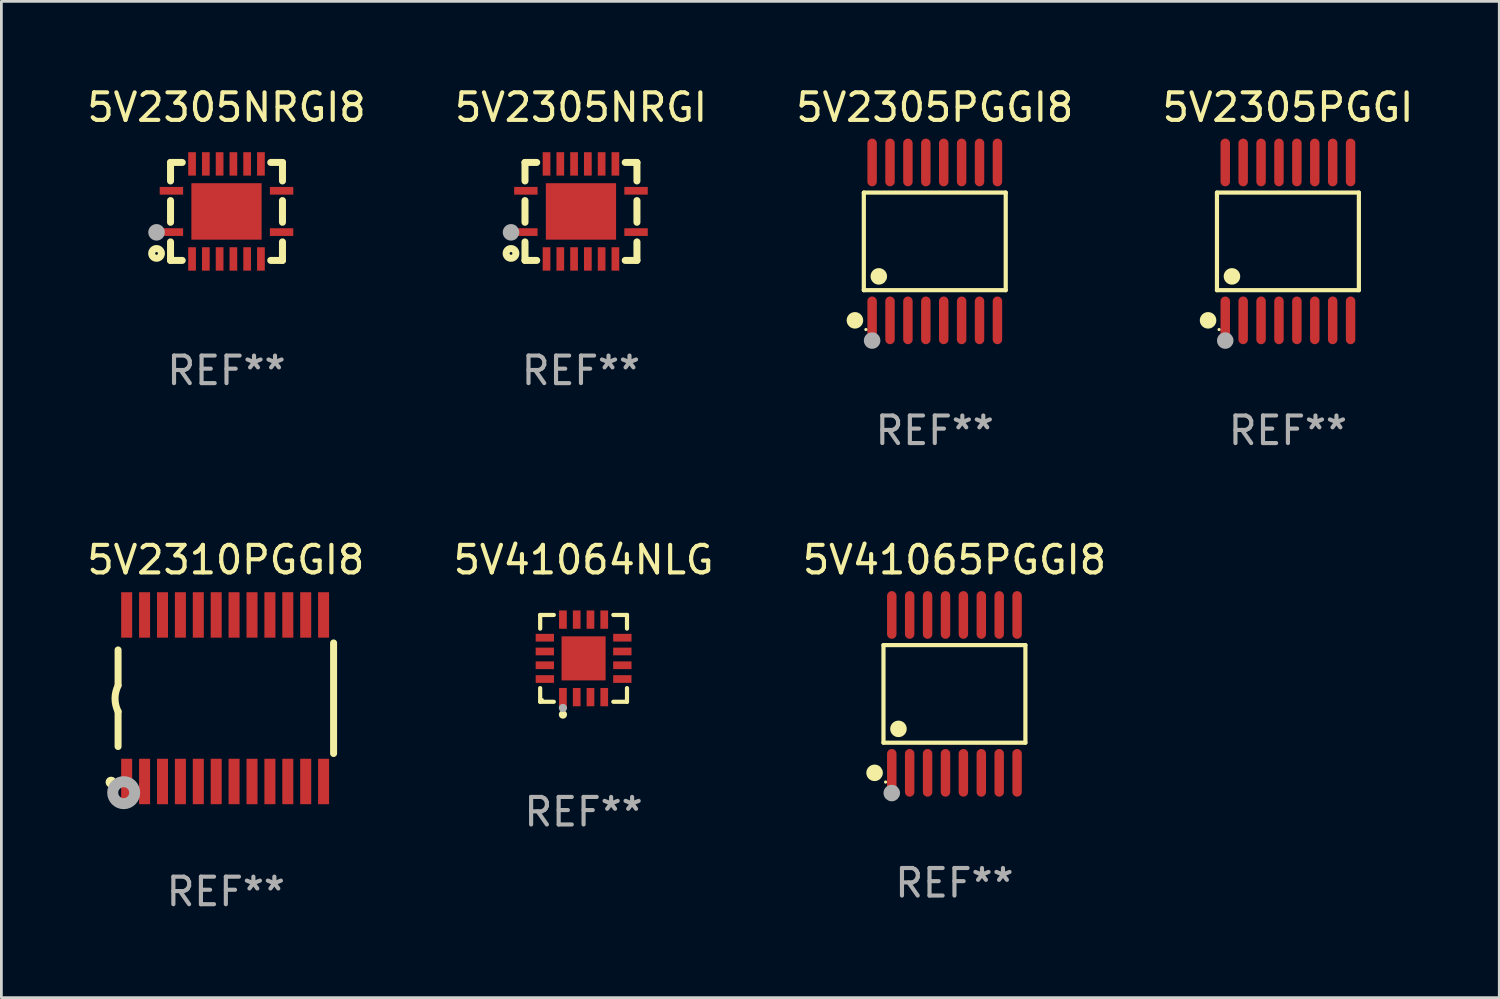
<source format=kicad_pcb>
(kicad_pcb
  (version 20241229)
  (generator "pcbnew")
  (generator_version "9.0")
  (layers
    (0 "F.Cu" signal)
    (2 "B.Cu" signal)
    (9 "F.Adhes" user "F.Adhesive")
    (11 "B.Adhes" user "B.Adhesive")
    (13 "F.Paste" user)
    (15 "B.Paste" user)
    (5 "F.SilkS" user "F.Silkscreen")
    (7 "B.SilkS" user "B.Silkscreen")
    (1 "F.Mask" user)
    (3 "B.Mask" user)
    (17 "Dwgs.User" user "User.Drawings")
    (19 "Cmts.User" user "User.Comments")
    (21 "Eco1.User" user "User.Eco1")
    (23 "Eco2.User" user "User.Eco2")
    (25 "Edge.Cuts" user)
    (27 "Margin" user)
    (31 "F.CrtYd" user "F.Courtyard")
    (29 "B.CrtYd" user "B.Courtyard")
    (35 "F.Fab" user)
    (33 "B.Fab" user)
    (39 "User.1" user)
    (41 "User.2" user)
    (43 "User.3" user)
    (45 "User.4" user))
  (footprint "5V2305PGGI8"
    (layer "F.Cu")
    (at 30.887 5.714)
    (property "Reference" "5V2305PGGI8" (at 0 -4.866 0) (layer "F.SilkS") (effects (font (size 1 1) (thickness 0.15))))
    (attr through_hole)
    (fp_line (start -2.576 -1.772) (end 2.576 -1.772) (stroke (width 0.152) (type solid)) (layer "F.SilkS"))
    (fp_line (start -2.576 1.771) (end -2.576 -1.772) (stroke (width 0.152) (type solid)) (layer "F.SilkS"))
    (fp_line (start 2.576 -1.772) (end 2.576 1.771) (stroke (width 0.152) (type solid)) (layer "F.SilkS"))
    (fp_line (start 2.576 1.771) (end -2.576 1.771) (stroke (width 0.152) (type solid)) (layer "F.SilkS"))
    (fp_circle (center -2.899 2.866) (end -2.749 2.866) (stroke (width 0.3) (type solid)) (fill no) (layer "F.SilkS"))
    (fp_circle (center -2.5 3.2) (end -2.47 3.2) (stroke (width 0.06) (type solid)) (fill no) (layer "F.SilkS"))
    (fp_circle (center -2.032 1.27) (end -1.882 1.27) (stroke (width 0.3) (type solid)) (fill no) (layer "F.SilkS"))
    (fp_circle (center -2.275 3.6) (end -2.125 3.6) (stroke (width 0.3) (type solid)) (fill no) (layer "F.Fab"))
    (fp_text user "REF**" (at 0 6.866 0) (layer "F.Fab") (effects (font (size 1 1) (thickness 0.15))))
    (pad "1" smd oval (at -2.275 2.866) (size 0.343 1.731) (layers "F.Cu" "F.Mask" "F.Paste"))
    (pad "2" smd oval (at -1.625 2.866) (size 0.343 1.731) (layers "F.Cu" "F.Mask" "F.Paste"))
    (pad "3" smd oval (at -0.975 2.866) (size 0.343 1.731) (layers "F.Cu" "F.Mask" "F.Paste"))
    (pad "4" smd oval (at -0.325 2.866) (size 0.343 1.731) (layers "F.Cu" "F.Mask" "F.Paste"))
    (pad "5" smd oval (at 0.325 2.866) (size 0.343 1.731) (layers "F.Cu" "F.Mask" "F.Paste"))
    (pad "6" smd oval (at 0.975 2.866) (size 0.343 1.731) (layers "F.Cu" "F.Mask" "F.Paste"))
    (pad "7" smd oval (at 1.625 2.866) (size 0.343 1.731) (layers "F.Cu" "F.Mask" "F.Paste"))
    (pad "8" smd oval (at 2.275 2.866) (size 0.343 1.731) (layers "F.Cu" "F.Mask" "F.Paste"))
    (pad "9" smd oval (at 2.275 -2.866) (size 0.343 1.731) (layers "F.Cu" "F.Mask" "F.Paste"))
    (pad "10" smd oval (at 1.625 -2.866) (size 0.343 1.731) (layers "F.Cu" "F.Mask" "F.Paste"))
    (pad "11" smd oval (at 0.975 -2.866) (size 0.343 1.731) (layers "F.Cu" "F.Mask" "F.Paste"))
    (pad "12" smd oval (at 0.325 -2.866) (size 0.343 1.731) (layers "F.Cu" "F.Mask" "F.Paste"))
    (pad "13" smd oval (at -0.325 -2.866) (size 0.343 1.731) (layers "F.Cu" "F.Mask" "F.Paste"))
    (pad "14" smd oval (at -0.975 -2.866) (size 0.343 1.731) (layers "F.Cu" "F.Mask" "F.Paste"))
    (pad "15" smd oval (at -1.625 -2.866) (size 0.343 1.731) (layers "F.Cu" "F.Mask" "F.Paste"))
    (pad "16" smd oval (at -2.275 -2.866) (size 0.343 1.731) (layers "F.Cu" "F.Mask" "F.Paste")))
  (footprint "5V2305NRGI"
    (layer "F.Cu")
    (at 18.042 4.626)
    (property "Reference" "5V2305NRGI" (at 0 -3.778 0) (layer "F.SilkS") (effects (font (size 1 1) (thickness 0.15))))
    (attr through_hole)
    (fp_line (start -2.032 -1.778) (end -2.032 -1.106) (stroke (width 0.254) (type solid)) (layer "F.SilkS"))
    (fp_line (start -2.032 -0.394) (end -2.032 0.394) (stroke (width 0.254) (type solid)) (layer "F.SilkS"))
    (fp_line (start -2.032 1.106) (end -2.032 1.778) (stroke (width 0.254) (type solid)) (layer "F.SilkS"))
    (fp_line (start -2.032 1.778) (end -1.606 1.778) (stroke (width 0.254) (type solid)) (layer "F.SilkS"))
    (fp_line (start -1.606 -1.778) (end -2.032 -1.778) (stroke (width 0.254) (type solid)) (layer "F.SilkS"))
    (fp_line (start 1.606 1.778) (end 2.032 1.778) (stroke (width 0.254) (type solid)) (layer "F.SilkS"))
    (fp_line (start 2.032 -1.778) (end 1.606 -1.778) (stroke (width 0.254) (type solid)) (layer "F.SilkS"))
    (fp_line (start 2.032 -1.106) (end 2.032 -1.778) (stroke (width 0.254) (type solid)) (layer "F.SilkS"))
    (fp_line (start 2.032 0.394) (end 2.032 -0.394) (stroke (width 0.254) (type solid)) (layer "F.SilkS"))
    (fp_line (start 2.032 1.778) (end 2.032 1.106) (stroke (width 0.254) (type solid)) (layer "F.SilkS"))
    (fp_circle (center -2.54 1.524) (end -2.363 1.524) (stroke (width 0.254) (type solid)) (fill no) (layer "F.SilkS"))
    (fp_circle (center -2.002 1.753) (end -1.972 1.753) (stroke (width 0.06) (type solid)) (fill no) (layer "F.SilkS"))
    (fp_circle (center -2.54 0.759) (end -2.39 0.759) (stroke (width 0.3) (type solid)) (fill no) (layer "F.Fab"))
    (fp_text user "REF**" (at 0 5.778 0) (layer "F.Fab") (effects (font (size 1 1) (thickness 0.15))))
    (pad "1" smd rect (at -2 0.75 90) (size 0.28 0.85) (layers "F.Cu" "F.Mask" "F.Paste"))
    (pad "2" smd rect (at -1.25 1.725 180) (size 0.28 0.85) (layers "F.Cu" "F.Mask" "F.Paste"))
    (pad "3" smd rect (at -0.75 1.725 180) (size 0.28 0.85) (layers "F.Cu" "F.Mask" "F.Paste"))
    (pad "4" smd rect (at -0.25 1.725 180) (size 0.28 0.85) (layers "F.Cu" "F.Mask" "F.Paste"))
    (pad "5" smd rect (at 0.25 1.725 180) (size 0.28 0.85) (layers "F.Cu" "F.Mask" "F.Paste"))
    (pad "6" smd rect (at 0.75 1.725 180) (size 0.28 0.85) (layers "F.Cu" "F.Mask" "F.Paste"))
    (pad "7" smd rect (at 1.25 1.725 180) (size 0.28 0.85) (layers "F.Cu" "F.Mask" "F.Paste"))
    (pad "8" smd rect (at 2 0.75 270) (size 0.28 0.85) (layers "F.Cu" "F.Mask" "F.Paste"))
    (pad "9" smd rect (at 2 -0.75 270) (size 0.28 0.85) (layers "F.Cu" "F.Mask" "F.Paste"))
    (pad "10" smd rect (at 1.25 -1.725) (size 0.28 0.85) (layers "F.Cu" "F.Mask" "F.Paste"))
    (pad "11" smd rect (at 0.75 -1.725) (size 0.28 0.85) (layers "F.Cu" "F.Mask" "F.Paste"))
    (pad "12" smd rect (at 0.25 -1.725) (size 0.28 0.85) (layers "F.Cu" "F.Mask" "F.Paste"))
    (pad "13" smd rect (at -0.25 -1.725) (size 0.28 0.85) (layers "F.Cu" "F.Mask" "F.Paste"))
    (pad "14" smd rect (at -0.75 -1.725) (size 0.28 0.85) (layers "F.Cu" "F.Mask" "F.Paste"))
    (pad "15" smd rect (at -1.25 -1.725) (size 0.28 0.85) (layers "F.Cu" "F.Mask" "F.Paste"))
    (pad "16" smd rect (at -2 -0.75 90) (size 0.28 0.85) (layers "F.Cu" "F.Mask" "F.Paste"))
    (pad "17" smd rect (at 0.000051 0) (size 2.55 2.05) (layers "F.Cu" "F.Mask" "F.Paste")))
  (footprint "5V2305NRGI8"
    (layer "F.Cu")
    (at 5.173 4.626)
    (property "Reference" "5V2305NRGI8" (at 0 -3.778 0) (layer "F.SilkS") (effects (font (size 1 1) (thickness 0.15))))
    (attr through_hole)
    (fp_line (start -2.032 -1.778) (end -2.032 -1.106) (stroke (width 0.254) (type solid)) (layer "F.SilkS"))
    (fp_line (start -2.032 -0.394) (end -2.032 0.394) (stroke (width 0.254) (type solid)) (layer "F.SilkS"))
    (fp_line (start -2.032 1.106) (end -2.032 1.778) (stroke (width 0.254) (type solid)) (layer "F.SilkS"))
    (fp_line (start -2.032 1.778) (end -1.606 1.778) (stroke (width 0.254) (type solid)) (layer "F.SilkS"))
    (fp_line (start -1.606 -1.778) (end -2.032 -1.778) (stroke (width 0.254) (type solid)) (layer "F.SilkS"))
    (fp_line (start 1.606 1.778) (end 2.032 1.778) (stroke (width 0.254) (type solid)) (layer "F.SilkS"))
    (fp_line (start 2.032 -1.778) (end 1.606 -1.778) (stroke (width 0.254) (type solid)) (layer "F.SilkS"))
    (fp_line (start 2.032 -1.106) (end 2.032 -1.778) (stroke (width 0.254) (type solid)) (layer "F.SilkS"))
    (fp_line (start 2.032 0.394) (end 2.032 -0.394) (stroke (width 0.254) (type solid)) (layer "F.SilkS"))
    (fp_line (start 2.032 1.778) (end 2.032 1.106) (stroke (width 0.254) (type solid)) (layer "F.SilkS"))
    (fp_circle (center -2.54 1.524) (end -2.363 1.524) (stroke (width 0.254) (type solid)) (fill no) (layer "F.SilkS"))
    (fp_circle (center -2.002 1.753) (end -1.972 1.753) (stroke (width 0.06) (type solid)) (fill no) (layer "F.SilkS"))
    (fp_circle (center -2.54 0.759) (end -2.39 0.759) (stroke (width 0.3) (type solid)) (fill no) (layer "F.Fab"))
    (fp_text user "REF**" (at 0 5.778 0) (layer "F.Fab") (effects (font (size 1 1) (thickness 0.15))))
    (pad "1" smd rect (at -2 0.75 90) (size 0.28 0.85) (layers "F.Cu" "F.Mask" "F.Paste"))
    (pad "2" smd rect (at -1.25 1.725 180) (size 0.28 0.85) (layers "F.Cu" "F.Mask" "F.Paste"))
    (pad "3" smd rect (at -0.75 1.725 180) (size 0.28 0.85) (layers "F.Cu" "F.Mask" "F.Paste"))
    (pad "4" smd rect (at -0.25 1.725 180) (size 0.28 0.85) (layers "F.Cu" "F.Mask" "F.Paste"))
    (pad "5" smd rect (at 0.25 1.725 180) (size 0.28 0.85) (layers "F.Cu" "F.Mask" "F.Paste"))
    (pad "6" smd rect (at 0.75 1.725 180) (size 0.28 0.85) (layers "F.Cu" "F.Mask" "F.Paste"))
    (pad "7" smd rect (at 1.25 1.725 180) (size 0.28 0.85) (layers "F.Cu" "F.Mask" "F.Paste"))
    (pad "8" smd rect (at 2 0.75 270) (size 0.28 0.85) (layers "F.Cu" "F.Mask" "F.Paste"))
    (pad "9" smd rect (at 2 -0.75 270) (size 0.28 0.85) (layers "F.Cu" "F.Mask" "F.Paste"))
    (pad "10" smd rect (at 1.25 -1.725) (size 0.28 0.85) (layers "F.Cu" "F.Mask" "F.Paste"))
    (pad "11" smd rect (at 0.75 -1.725) (size 0.28 0.85) (layers "F.Cu" "F.Mask" "F.Paste"))
    (pad "12" smd rect (at 0.25 -1.725) (size 0.28 0.85) (layers "F.Cu" "F.Mask" "F.Paste"))
    (pad "13" smd rect (at -0.25 -1.725) (size 0.28 0.85) (layers "F.Cu" "F.Mask" "F.Paste"))
    (pad "14" smd rect (at -0.75 -1.725) (size 0.28 0.85) (layers "F.Cu" "F.Mask" "F.Paste"))
    (pad "15" smd rect (at -1.25 -1.725) (size 0.28 0.85) (layers "F.Cu" "F.Mask" "F.Paste"))
    (pad "16" smd rect (at -2 -0.75 90) (size 0.28 0.85) (layers "F.Cu" "F.Mask" "F.Paste"))
    (pad "17" smd rect (at 0.000051 0) (size 2.55 2.05) (layers "F.Cu" "F.Mask" "F.Paste")))
  (footprint "5V2305PGGI"
    (layer "F.Cu")
    (at 43.708 5.714)
    (property "Reference" "5V2305PGGI" (at 0 -4.866 0) (layer "F.SilkS") (effects (font (size 1 1) (thickness 0.15))))
    (attr through_hole)
    (fp_line (start -2.576 -1.772) (end 2.576 -1.772) (stroke (width 0.152) (type solid)) (layer "F.SilkS"))
    (fp_line (start -2.576 1.771) (end -2.576 -1.772) (stroke (width 0.152) (type solid)) (layer "F.SilkS"))
    (fp_line (start 2.576 -1.772) (end 2.576 1.771) (stroke (width 0.152) (type solid)) (layer "F.SilkS"))
    (fp_line (start 2.576 1.771) (end -2.576 1.771) (stroke (width 0.152) (type solid)) (layer "F.SilkS"))
    (fp_circle (center -2.899 2.866) (end -2.749 2.866) (stroke (width 0.3) (type solid)) (fill no) (layer "F.SilkS"))
    (fp_circle (center -2.5 3.2) (end -2.47 3.2) (stroke (width 0.06) (type solid)) (fill no) (layer "F.SilkS"))
    (fp_circle (center -2.032 1.27) (end -1.882 1.27) (stroke (width 0.3) (type solid)) (fill no) (layer "F.SilkS"))
    (fp_circle (center -2.275 3.6) (end -2.125 3.6) (stroke (width 0.3) (type solid)) (fill no) (layer "F.Fab"))
    (fp_text user "REF**" (at 0 6.866 0) (layer "F.Fab") (effects (font (size 1 1) (thickness 0.15))))
    (pad "1" smd oval (at -2.275 2.866) (size 0.343 1.731) (layers "F.Cu" "F.Mask" "F.Paste"))
    (pad "2" smd oval (at -1.625 2.866) (size 0.343 1.731) (layers "F.Cu" "F.Mask" "F.Paste"))
    (pad "3" smd oval (at -0.975 2.866) (size 0.343 1.731) (layers "F.Cu" "F.Mask" "F.Paste"))
    (pad "4" smd oval (at -0.325 2.866) (size 0.343 1.731) (layers "F.Cu" "F.Mask" "F.Paste"))
    (pad "5" smd oval (at 0.325 2.866) (size 0.343 1.731) (layers "F.Cu" "F.Mask" "F.Paste"))
    (pad "6" smd oval (at 0.975 2.866) (size 0.343 1.731) (layers "F.Cu" "F.Mask" "F.Paste"))
    (pad "7" smd oval (at 1.625 2.866) (size 0.343 1.731) (layers "F.Cu" "F.Mask" "F.Paste"))
    (pad "8" smd oval (at 2.275 2.866) (size 0.343 1.731) (layers "F.Cu" "F.Mask" "F.Paste"))
    (pad "9" smd oval (at 2.275 -2.866) (size 0.343 1.731) (layers "F.Cu" "F.Mask" "F.Paste"))
    (pad "10" smd oval (at 1.625 -2.866) (size 0.343 1.731) (layers "F.Cu" "F.Mask" "F.Paste"))
    (pad "11" smd oval (at 0.975 -2.866) (size 0.343 1.731) (layers "F.Cu" "F.Mask" "F.Paste"))
    (pad "12" smd oval (at 0.325 -2.866) (size 0.343 1.731) (layers "F.Cu" "F.Mask" "F.Paste"))
    (pad "13" smd oval (at -0.325 -2.866) (size 0.343 1.731) (layers "F.Cu" "F.Mask" "F.Paste"))
    (pad "14" smd oval (at -0.975 -2.866) (size 0.343 1.731) (layers "F.Cu" "F.Mask" "F.Paste"))
    (pad "15" smd oval (at -1.625 -2.866) (size 0.343 1.731) (layers "F.Cu" "F.Mask" "F.Paste"))
    (pad "16" smd oval (at -2.275 -2.866) (size 0.343 1.731) (layers "F.Cu" "F.Mask" "F.Paste")))
  (footprint "5V41065PGGI8"
    (layer "F.Cu")
    (at 31.601 22.142)
    (property "Reference" "5V41065PGGI8" (at 0 -4.866 0) (layer "F.SilkS") (effects (font (size 1 1) (thickness 0.15))))
    (attr through_hole)
    (fp_line (start -2.576 -1.772) (end 2.576 -1.772) (stroke (width 0.152) (type solid)) (layer "F.SilkS"))
    (fp_line (start -2.576 1.771) (end -2.576 -1.772) (stroke (width 0.152) (type solid)) (layer "F.SilkS"))
    (fp_line (start 2.576 -1.772) (end 2.576 1.771) (stroke (width 0.152) (type solid)) (layer "F.SilkS"))
    (fp_line (start 2.576 1.771) (end -2.576 1.771) (stroke (width 0.152) (type solid)) (layer "F.SilkS"))
    (fp_circle (center -2.899 2.866) (end -2.749 2.866) (stroke (width 0.3) (type solid)) (fill no) (layer "F.SilkS"))
    (fp_circle (center -2.5 3.2) (end -2.47 3.2) (stroke (width 0.06) (type solid)) (fill no) (layer "F.SilkS"))
    (fp_circle (center -2.032 1.27) (end -1.882 1.27) (stroke (width 0.3) (type solid)) (fill no) (layer "F.SilkS"))
    (fp_circle (center -2.275 3.6) (end -2.125 3.6) (stroke (width 0.3) (type solid)) (fill no) (layer "F.Fab"))
    (fp_text user "REF**" (at 0 6.866 0) (layer "F.Fab") (effects (font (size 1 1) (thickness 0.15))))
    (pad "1" smd oval (at -2.275 2.866) (size 0.343 1.731) (layers "F.Cu" "F.Mask" "F.Paste"))
    (pad "2" smd oval (at -1.625 2.866) (size 0.343 1.731) (layers "F.Cu" "F.Mask" "F.Paste"))
    (pad "3" smd oval (at -0.975 2.866) (size 0.343 1.731) (layers "F.Cu" "F.Mask" "F.Paste"))
    (pad "4" smd oval (at -0.325 2.866) (size 0.343 1.731) (layers "F.Cu" "F.Mask" "F.Paste"))
    (pad "5" smd oval (at 0.325 2.866) (size 0.343 1.731) (layers "F.Cu" "F.Mask" "F.Paste"))
    (pad "6" smd oval (at 0.975 2.866) (size 0.343 1.731) (layers "F.Cu" "F.Mask" "F.Paste"))
    (pad "7" smd oval (at 1.625 2.866) (size 0.343 1.731) (layers "F.Cu" "F.Mask" "F.Paste"))
    (pad "8" smd oval (at 2.275 2.866) (size 0.343 1.731) (layers "F.Cu" "F.Mask" "F.Paste"))
    (pad "9" smd oval (at 2.275 -2.866) (size 0.343 1.731) (layers "F.Cu" "F.Mask" "F.Paste"))
    (pad "10" smd oval (at 1.625 -2.866) (size 0.343 1.731) (layers "F.Cu" "F.Mask" "F.Paste"))
    (pad "11" smd oval (at 0.975 -2.866) (size 0.343 1.731) (layers "F.Cu" "F.Mask" "F.Paste"))
    (pad "12" smd oval (at 0.325 -2.866) (size 0.343 1.731) (layers "F.Cu" "F.Mask" "F.Paste"))
    (pad "13" smd oval (at -0.325 -2.866) (size 0.343 1.731) (layers "F.Cu" "F.Mask" "F.Paste"))
    (pad "14" smd oval (at -0.975 -2.866) (size 0.343 1.731) (layers "F.Cu" "F.Mask" "F.Paste"))
    (pad "15" smd oval (at -1.625 -2.866) (size 0.343 1.731) (layers "F.Cu" "F.Mask" "F.Paste"))
    (pad "16" smd oval (at -2.275 -2.866) (size 0.343 1.731) (layers "F.Cu" "F.Mask" "F.Paste")))
  (footprint "5V41064NLG"
    (layer "F.Cu")
    (at 18.137 20.852)
    (property "Reference" "5V41064NLG" (at 0 -3.576 0) (layer "F.SilkS") (effects (font (size 1 1) (thickness 0.15))))
    (attr through_hole)
    (fp_line (start -1.576 -1.576) (end -1.08 -1.576) (stroke (width 0.152) (type solid)) (layer "F.SilkS"))
    (fp_line (start -1.576 -1.08) (end -1.576 -1.576) (stroke (width 0.152) (type solid)) (layer "F.SilkS"))
    (fp_line (start -1.576 1.08) (end -1.576 1.576) (stroke (width 0.152) (type solid)) (layer "F.SilkS"))
    (fp_line (start -1.576 1.576) (end -1.08 1.576) (stroke (width 0.152) (type solid)) (layer "F.SilkS"))
    (fp_line (start 1.576 -1.576) (end 1.08 -1.576) (stroke (width 0.152) (type solid)) (layer "F.SilkS"))
    (fp_line (start 1.576 -1.08) (end 1.576 -1.576) (stroke (width 0.152) (type solid)) (layer "F.SilkS"))
    (fp_line (start 1.576 1.08) (end 1.576 1.576) (stroke (width 0.152) (type solid)) (layer "F.SilkS"))
    (fp_line (start 1.576 1.576) (end 1.08 1.576) (stroke (width 0.152) (type solid)) (layer "F.SilkS"))
    (fp_circle (center -1.5 1.5) (end -1.47 1.5) (stroke (width 0.06) (type solid)) (fill no) (layer "F.SilkS"))
    (fp_circle (center -0.75 2.04) (end -0.675 2.04) (stroke (width 0.15) (type solid)) (fill no) (layer "F.SilkS"))
    (fp_circle (center -0.75 1.8) (end -0.675 1.8) (stroke (width 0.15) (type solid)) (fill no) (layer "F.Fab"))
    (fp_text user "REF**" (at 0 5.576 0) (layer "F.Fab") (effects (font (size 1 1) (thickness 0.15))))
    (pad "1" smd rect (at -0.75 1.407) (size 0.28 0.665) (layers "F.Cu" "F.Mask" "F.Paste"))
    (pad "2" smd rect (at -0.25 1.407) (size 0.28 0.665) (layers "F.Cu" "F.Mask" "F.Paste"))
    (pad "3" smd rect (at 0.25 1.407) (size 0.28 0.665) (layers "F.Cu" "F.Mask" "F.Paste"))
    (pad "4" smd rect (at 0.75 1.407) (size 0.28 0.665) (layers "F.Cu" "F.Mask" "F.Paste"))
    (pad "5" smd rect (at 1.407 0.75) (size 0.665 0.28) (layers "F.Cu" "F.Mask" "F.Paste"))
    (pad "6" smd rect (at 1.407 0.25) (size 0.665 0.28) (layers "F.Cu" "F.Mask" "F.Paste"))
    (pad "7" smd rect (at 1.407 -0.25) (size 0.665 0.28) (layers "F.Cu" "F.Mask" "F.Paste"))
    (pad "8" smd rect (at 1.407 -0.75) (size 0.665 0.28) (layers "F.Cu" "F.Mask" "F.Paste"))
    (pad "9" smd rect (at 0.75 -1.407) (size 0.28 0.665) (layers "F.Cu" "F.Mask" "F.Paste"))
    (pad "10" smd rect (at 0.25 -1.407) (size 0.28 0.665) (layers "F.Cu" "F.Mask" "F.Paste"))
    (pad "11" smd rect (at -0.25 -1.407) (size 0.28 0.665) (layers "F.Cu" "F.Mask" "F.Paste"))
    (pad "12" smd rect (at -0.75 -1.407) (size 0.28 0.665) (layers "F.Cu" "F.Mask" "F.Paste"))
    (pad "13" smd rect (at -1.407 -0.75) (size 0.665 0.28) (layers "F.Cu" "F.Mask" "F.Paste"))
    (pad "14" smd rect (at -1.407 -0.25) (size 0.665 0.28) (layers "F.Cu" "F.Mask" "F.Paste"))
    (pad "15" smd rect (at -1.407 0.25) (size 0.665 0.28) (layers "F.Cu" "F.Mask" "F.Paste"))
    (pad "16" smd rect (at -1.407 0.75) (size 0.665 0.28) (layers "F.Cu" "F.Mask" "F.Paste"))
    (pad "17" smd rect (at 0 0) (size 1.6 1.6) (layers "F.Cu" "F.Mask" "F.Paste")))
  (footprint "5V2310PGGI8"
    (layer "F.Cu")
    (at 5.149 22.299)
    (property "Reference" "5V2310PGGI8" (at 0 -5.023 0) (layer "F.SilkS") (effects (font (size 1 1) (thickness 0.15))))
    (attr through_hole)
    (fp_line (start -3.912 -0.483) (end -3.912 -1.753) (stroke (width 0.254) (type solid)) (layer "F.SilkS"))
    (fp_line (start -3.912 1.753) (end -3.912 0.483) (stroke (width 0.254) (type solid)) (layer "F.SilkS"))
    (fp_line (start 3.912 -2.007) (end 3.912 2.007) (stroke (width 0.254) (type solid)) (layer "F.SilkS"))
    (fp_arc (start -3.911608 0.482601) (mid -4.022537 0.0127) (end -3.911608 -0.457201) (stroke (width 0.254001) (type solid)) (layer "F.SilkS"))
    (fp_circle (center -4.166 3.048) (end -4.066 3.048) (stroke (width 0.2) (type solid)) (fill no) (layer "F.SilkS"))
    (fp_circle (center -3.925 3.186) (end -3.895 3.186) (stroke (width 0.06) (type solid)) (fill no) (layer "F.SilkS"))
    (fp_circle (center -3.708 3.429) (end -3.509 3.429) (stroke (width 0.4) (type solid)) (fill no) (layer "F.Fab"))
    (fp_text user "REF**" (at 0 7.023 0) (layer "F.Fab") (effects (font (size 1 1) (thickness 0.15))))
    (pad "1" smd rect (at -3.6 3.023) (size 0.4 1.65) (layers "F.Cu" "F.Mask" "F.Paste"))
    (pad "2" smd rect (at -2.95 3.023) (size 0.4 1.65) (layers "F.Cu" "F.Mask" "F.Paste"))
    (pad "3" smd rect (at -2.3 3.023) (size 0.4 1.65) (layers "F.Cu" "F.Mask" "F.Paste"))
    (pad "4" smd rect (at -1.65 3.023) (size 0.4 1.65) (layers "F.Cu" "F.Mask" "F.Paste"))
    (pad "5" smd rect (at -1 3.023) (size 0.4 1.65) (layers "F.Cu" "F.Mask" "F.Paste"))
    (pad "6" smd rect (at -0.35 3.023) (size 0.4 1.65) (layers "F.Cu" "F.Mask" "F.Paste"))
    (pad "7" smd rect (at 0.299 3.023) (size 0.4 1.65) (layers "F.Cu" "F.Mask" "F.Paste"))
    (pad "8" smd rect (at 0.95 3.023) (size 0.4 1.65) (layers "F.Cu" "F.Mask" "F.Paste"))
    (pad "9" smd rect (at 1.6 3.023) (size 0.4 1.65) (layers "F.Cu" "F.Mask" "F.Paste"))
    (pad "10" smd rect (at 2.25 3.023) (size 0.4 1.65) (layers "F.Cu" "F.Mask" "F.Paste"))
    (pad "11" smd rect (at 2.9 3.023) (size 0.4 1.65) (layers "F.Cu" "F.Mask" "F.Paste"))
    (pad "12" smd rect (at 3.549 3.023) (size 0.4 1.65) (layers "F.Cu" "F.Mask" "F.Paste"))
    (pad "13" smd rect (at 3.549 -3.023) (size 0.4 1.65) (layers "F.Cu" "F.Mask" "F.Paste"))
    (pad "14" smd rect (at 2.9 -3.023) (size 0.4 1.65) (layers "F.Cu" "F.Mask" "F.Paste"))
    (pad "15" smd rect (at 2.25 -3.023) (size 0.4 1.65) (layers "F.Cu" "F.Mask" "F.Paste"))
    (pad "16" smd rect (at 1.6 -3.023) (size 0.4 1.65) (layers "F.Cu" "F.Mask" "F.Paste"))
    (pad "17" smd rect (at 0.95 -3.023) (size 0.4 1.65) (layers "F.Cu" "F.Mask" "F.Paste"))
    (pad "18" smd rect (at 0.299 -3.023) (size 0.4 1.65) (layers "F.Cu" "F.Mask" "F.Paste"))
    (pad "19" smd rect (at -0.35 -3.023) (size 0.4 1.65) (layers "F.Cu" "F.Mask" "F.Paste"))
    (pad "20" smd rect (at -1 -3.023) (size 0.4 1.65) (layers "F.Cu" "F.Mask" "F.Paste"))
    (pad "21" smd rect (at -1.65 -3.023) (size 0.4 1.65) (layers "F.Cu" "F.Mask" "F.Paste"))
    (pad "22" smd rect (at -2.3 -3.023) (size 0.4 1.65) (layers "F.Cu" "F.Mask" "F.Paste"))
    (pad "23" smd rect (at -2.95 -3.023) (size 0.4 1.65) (layers "F.Cu" "F.Mask" "F.Paste"))
    (pad "24" smd rect (at -3.6 -3.023) (size 0.4 1.65) (layers "F.Cu" "F.Mask" "F.Paste")))
  (gr_rect
    (start -3 -3)
    (end 51.381 33.17)
    (stroke (width 0.1) (type default))
    (fill no)
    (layer "Edge.Cuts")))
</source>
